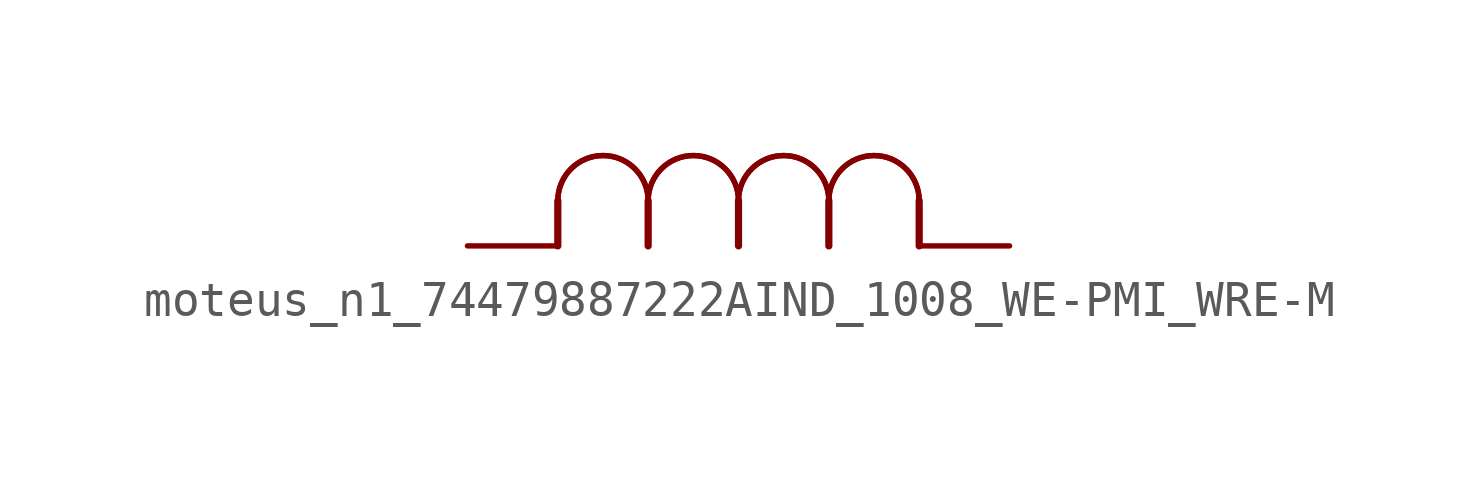
<source format=kicad_sym>
(kicad_symbol_lib
  (version 20241209)
  (generator "kicad_symbol_editor")
  (generator_version "9.0")
  (symbol "moteus_n1_74479887222AIND_1008_WE-PMI_WRE-M"
    (property "Reference" "L"
      (at -0.914 3.353 0)
      (effects (font (size 3.48 2.958)) (justify left bottom) (hide yes)))
    (property "ki_locked" ""
      (at 0 0 0)
      (effects (font (size 1.27 1.27))))
    (symbol "moteus_n1_74479887222AIND_1008_WE-PMI_WRE-M_1_0"
      (polyline (pts (xy 2.54 0) (xy 2.54 1.27)) (stroke (width 0.203) (type solid)) (fill (type none)))
      (arc (start 2.54 1.27) (mid 3.81 2.54) (end 5.08 1.27) (stroke (width 0.1524) (type solid)) (fill (type none)))
      (arc (start 2.54 1.27) (mid 3.81 2.54) (end 5.08 1.27) (stroke (width 0.1524) (type solid)) (fill (type none)))
      (polyline (pts (xy 5.08 0) (xy 5.08 1.27)) (stroke (width 0.203) (type solid)) (fill (type none)))
      (arc (start 5.08 1.27) (mid 6.35 2.54) (end 7.62 1.27) (stroke (width 0.1524) (type solid)) (fill (type none)))
      (arc (start 5.08 1.27) (mid 6.35 2.54) (end 7.62 1.27) (stroke (width 0.1524) (type solid)) (fill (type none)))
      (polyline (pts (xy 7.62 0) (xy 7.62 1.27)) (stroke (width 0.203) (type solid)) (fill (type none)))
      (arc (start 7.62 1.27) (mid 8.89 2.54) (end 10.16 1.27) (stroke (width 0.1524) (type solid)) (fill (type none)))
      (arc (start 7.62 1.27) (mid 8.89 2.54) (end 10.16 1.27) (stroke (width 0.1524) (type solid)) (fill (type none)))
      (polyline (pts (xy 10.16 0) (xy 10.16 1.27)) (stroke (width 0.203) (type solid)) (fill (type none)))
      (arc (start 10.16 1.27) (mid 11.43 2.54) (end 12.7 1.27) (stroke (width 0.1524) (type solid)) (fill (type none)))
      (arc (start 10.16 1.27) (mid 11.43 2.54) (end 12.7 1.27) (stroke (width 0.1524) (type solid)) (fill (type none)))
      (polyline (pts (xy 12.7 0) (xy 12.7 1.27)) (stroke (width 0.203) (type solid)) (fill (type none)))
      (pin passive line (at 0 0 0) (length 2.54) (name "2" (effects (font (size 0 0)))) (number "2" (effects (font (size 0 0)))))
      (pin passive line (at 15.24 0 180) (length 2.54) (name "1" (effects (font (size 0 0)))) (number "1" (effects (font (size 0 0))))))))
</source>
